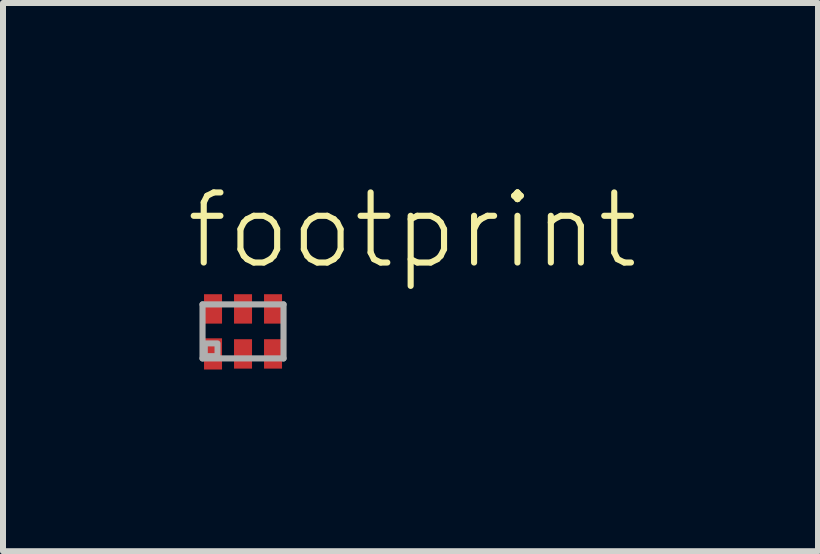
<source format=kicad_pcb>
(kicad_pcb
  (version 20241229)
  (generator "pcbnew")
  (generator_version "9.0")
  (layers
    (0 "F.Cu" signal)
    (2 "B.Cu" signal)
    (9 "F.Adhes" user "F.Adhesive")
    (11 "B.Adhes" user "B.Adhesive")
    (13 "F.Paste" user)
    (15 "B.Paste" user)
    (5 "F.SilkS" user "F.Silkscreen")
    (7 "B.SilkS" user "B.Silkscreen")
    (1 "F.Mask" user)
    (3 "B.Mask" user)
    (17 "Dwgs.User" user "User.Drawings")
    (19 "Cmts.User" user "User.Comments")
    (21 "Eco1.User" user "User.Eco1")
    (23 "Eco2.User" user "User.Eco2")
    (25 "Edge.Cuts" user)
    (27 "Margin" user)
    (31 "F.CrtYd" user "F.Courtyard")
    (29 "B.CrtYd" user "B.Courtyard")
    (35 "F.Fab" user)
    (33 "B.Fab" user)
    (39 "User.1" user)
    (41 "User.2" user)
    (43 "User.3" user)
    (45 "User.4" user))
  (footprint "footprint"
    (layer "F.Cu")
    (at 1 2.473)
    (property "Reference" "footprint" (at -1 -1 0) (layer "F.SilkS") (effects (font (size 1.168 1.168) (thickness 0.102)) (justify left bottom)))
    (fp_poly (pts (xy -0.675 -0.087) (xy -0.325 -0.087) (xy -0.325 -0.662) (xy -0.675 -0.662)) (stroke (width 0) (type solid)) (fill yes) (layer "F.Mask"))
    (fp_poly (pts (xy -0.325 0.087) (xy -0.675 0.087) (xy -0.675 0.662) (xy -0.325 0.662)) (stroke (width 0) (type solid)) (fill yes) (layer "F.Mask"))
    (fp_poly (pts (xy -0.175 -0.087) (xy 0.175 -0.087) (xy 0.175 -0.662) (xy -0.175 -0.662)) (stroke (width 0) (type solid)) (fill yes) (layer "F.Mask"))
    (fp_poly (pts (xy 0.175 0.087) (xy -0.175 0.087) (xy -0.175 0.662) (xy 0.175 0.662)) (stroke (width 0) (type solid)) (fill yes) (layer "F.Mask"))
    (fp_poly (pts (xy 0.325 -0.087) (xy 0.675 -0.087) (xy 0.675 -0.662) (xy 0.325 -0.662)) (stroke (width 0) (type solid)) (fill yes) (layer "F.Mask"))
    (fp_poly (pts (xy 0.675 0.087) (xy 0.325 0.087) (xy 0.325 0.662) (xy 0.675 0.662)) (stroke (width 0) (type solid)) (fill yes) (layer "F.Mask"))
    (fp_line (start -0.675 -0.45) (end 0.675 -0.45) (stroke (width 0.102) (type solid)) (layer "F.Fab"))
    (fp_line (start -0.675 0.45) (end -0.675 -0.45) (stroke (width 0.102) (type solid)) (layer "F.Fab"))
    (fp_line (start 0.675 -0.45) (end 0.675 0.45) (stroke (width 0.102) (type solid)) (layer "F.Fab"))
    (fp_line (start 0.675 0.45) (end -0.675 0.45) (stroke (width 0.102) (type solid)) (layer "F.Fab"))
    (fp_poly (pts (xy -0.637 0.412) (xy -0.425 0.412) (xy -0.425 0.2) (xy -0.637 0.2)) (stroke (width 0.1) (type solid)) (fill no) (layer "F.Fab"))
    (pad "1" smd rect (at -0.5 0.375) (size 0.3 0.52) (layers "F.Cu" "F.Paste"))
    (pad "2" smd rect (at 0 0.375) (size 0.3 0.49) (layers "F.Cu" "F.Paste"))
    (pad "3" smd rect (at 0.5 0.375) (size 0.3 0.49) (layers "F.Cu" "F.Paste"))
    (pad "4" smd rect (at 0.5 -0.375 180) (size 0.3 0.49) (layers "F.Cu" "F.Paste"))
    (pad "5" smd rect (at 0 -0.375 180) (size 0.3 0.49) (layers "F.Cu" "F.Paste"))
    (pad "6" smd rect (at -0.5 -0.375 180) (size 0.3 0.49) (layers "F.Cu" "F.Paste")))
  (gr_rect
    (start -3 -3)
    (end 10.582 6.136)
    (stroke (width 0.1) (type default))
    (fill no)
    (layer "Edge.Cuts")))
</source>
